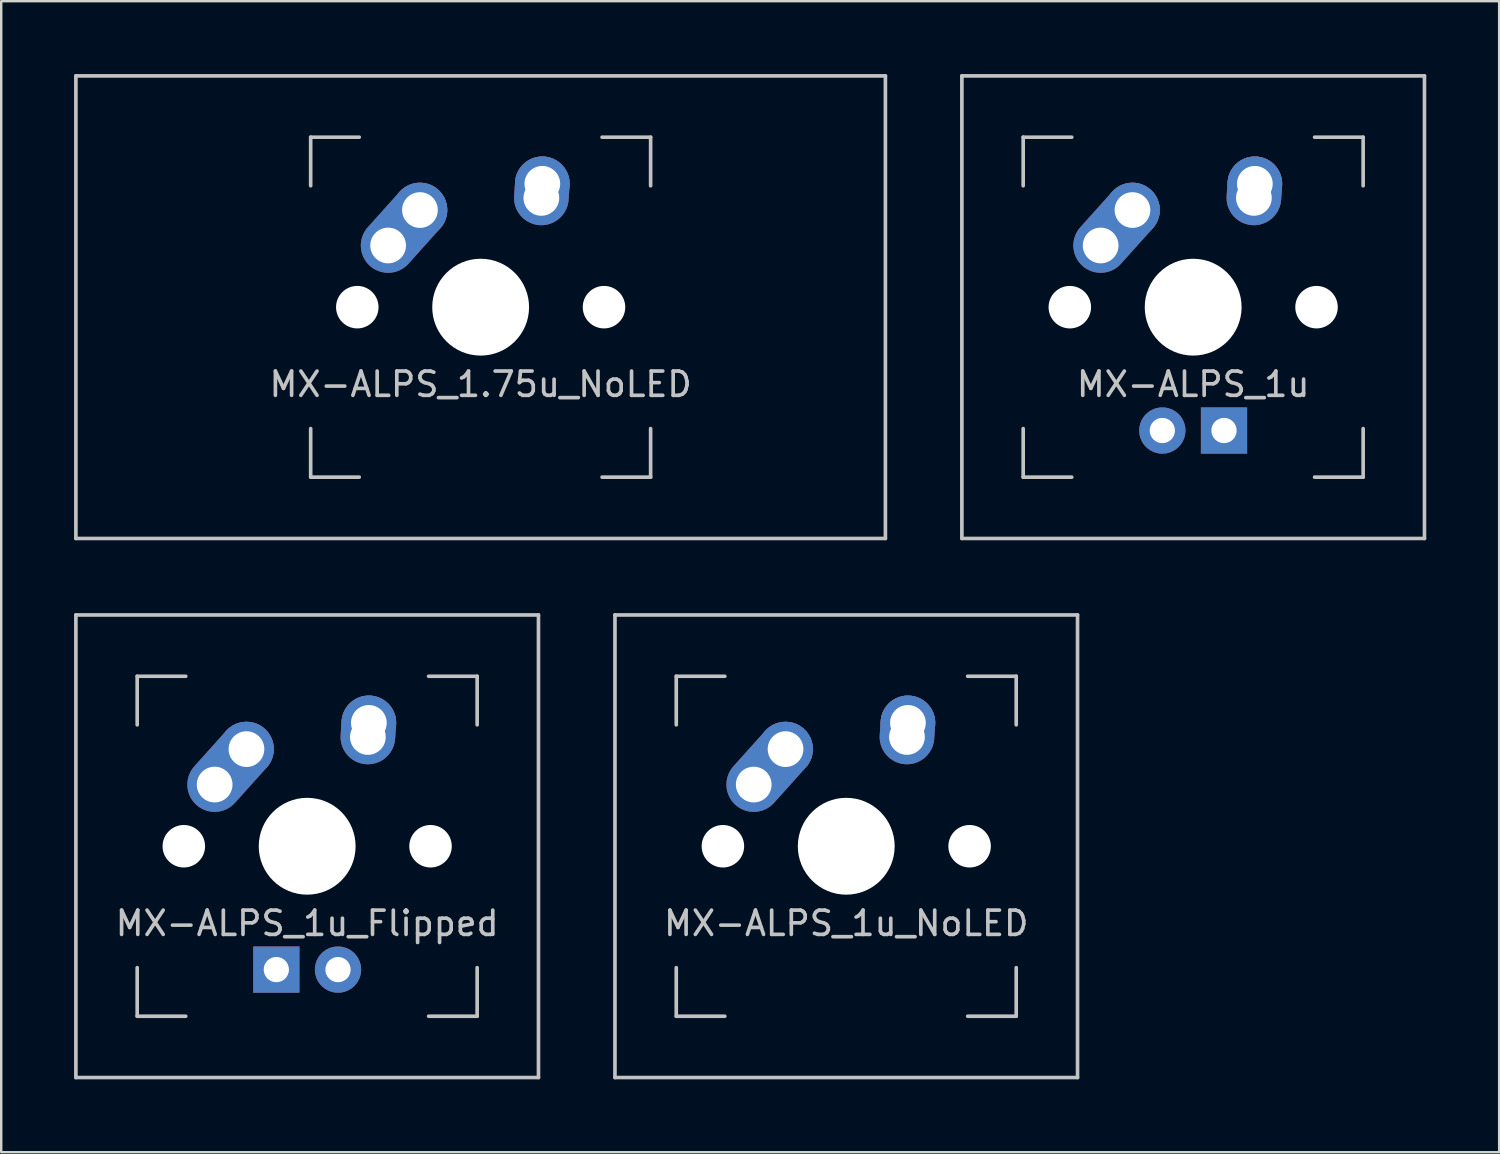
<source format=kicad_pcb>
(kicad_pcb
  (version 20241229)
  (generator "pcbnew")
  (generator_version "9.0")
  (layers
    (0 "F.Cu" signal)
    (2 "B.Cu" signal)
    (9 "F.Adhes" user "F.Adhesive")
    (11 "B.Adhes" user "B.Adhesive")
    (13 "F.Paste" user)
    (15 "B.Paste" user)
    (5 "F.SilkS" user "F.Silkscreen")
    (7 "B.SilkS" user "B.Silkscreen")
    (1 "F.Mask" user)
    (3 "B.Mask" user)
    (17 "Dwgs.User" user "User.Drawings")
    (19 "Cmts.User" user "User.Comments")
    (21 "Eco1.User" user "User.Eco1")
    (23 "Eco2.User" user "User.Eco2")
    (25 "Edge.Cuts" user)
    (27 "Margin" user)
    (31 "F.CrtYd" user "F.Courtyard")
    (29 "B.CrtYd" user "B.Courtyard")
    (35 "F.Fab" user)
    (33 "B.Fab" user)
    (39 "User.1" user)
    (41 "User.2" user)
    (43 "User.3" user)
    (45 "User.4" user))
  (footprint "MX-ALPS_1u"
    (layer "F.Cu")
    (at 46.087 9.6)
    (property "Reference" "MX-ALPS_1u" (at 0 3.175 0) (layer "Dwgs.User") (effects (font (size 1 1) (thickness 0.15))))
    (attr through_hole)
    (fp_line (start -9.525 -9.525) (end 9.525 -9.525) (stroke (width 0.15) (type solid)) (layer "Dwgs.User"))
    (fp_line (start -9.525 9.525) (end -9.525 -9.525) (stroke (width 0.15) (type solid)) (layer "Dwgs.User"))
    (fp_line (start -7 -7) (end -7 -5) (stroke (width 0.15) (type solid)) (layer "Dwgs.User"))
    (fp_line (start -7 5) (end -7 7) (stroke (width 0.15) (type solid)) (layer "Dwgs.User"))
    (fp_line (start -7 7) (end -5 7) (stroke (width 0.15) (type solid)) (layer "Dwgs.User"))
    (fp_line (start -5 -7) (end -7 -7) (stroke (width 0.15) (type solid)) (layer "Dwgs.User"))
    (fp_line (start 5 -7) (end 7 -7) (stroke (width 0.15) (type solid)) (layer "Dwgs.User"))
    (fp_line (start 5 7) (end 7 7) (stroke (width 0.15) (type solid)) (layer "Dwgs.User"))
    (fp_line (start 7 -7) (end 7 -5) (stroke (width 0.15) (type solid)) (layer "Dwgs.User"))
    (fp_line (start 7 7) (end 7 5) (stroke (width 0.15) (type solid)) (layer "Dwgs.User"))
    (fp_line (start 9.525 -9.525) (end 9.525 9.525) (stroke (width 0.15) (type solid)) (layer "Dwgs.User"))
    (fp_line (start 9.525 9.525) (end -9.525 9.525) (stroke (width 0.15) (type solid)) (layer "Dwgs.User"))
    (pad "" np_thru_hole circle (at -5.08 0 48.1) (size 1.75 1.75) (drill 1.75) (layers "*.Cu" "*.Mask"))
    (pad "" np_thru_hole circle (at 0 0) (size 3.988 3.988) (drill 3.988) (layers "*.Cu" "*.Mask"))
    (pad "" np_thru_hole circle (at 5.08 0 48.1) (size 1.75 1.75) (drill 1.75) (layers "*.Cu" "*.Mask"))
    (pad "1" thru_hole oval (at -3.81 -2.54 48.1) (size 4.212 2.25) (drill 1.47 (offset 0.981 0)) (layers "*.Cu" "B.Mask"))
    (pad "1" thru_hole circle (at -2.5 -4) (size 2.25 2.25) (drill 1.47) (layers "*.Cu" "B.Mask"))
    (pad "2" thru_hole oval (at 2.5 -4.5 86.055) (size 2.831 2.25) (drill 1.47 (offset 0.291 0)) (layers "*.Cu" "B.Mask"))
    (pad "2" thru_hole circle (at 2.54 -5.08) (size 2.25 2.25) (drill 1.47) (layers "*.Cu" "B.Mask"))
    (pad "3" thru_hole circle (at -1.27 5.08) (size 1.905 1.905) (drill 1.04) (layers "*.Cu" "B.Mask"))
    (pad "4" thru_hole rect (at 1.27 5.08) (size 1.905 1.905) (drill 1.04) (layers "*.Cu" "B.Mask")))
  (footprint "MX-ALPS_1.75u_NoLED"
    (layer "F.Cu")
    (at 16.744 9.6)
    (property "Reference" "MX-ALPS_1.75u_NoLED" (at 0 3.175 0) (layer "Dwgs.User") (effects (font (size 1 1) (thickness 0.15))))
    (attr through_hole)
    (fp_line (start -16.669 -9.525) (end 16.669 -9.525) (stroke (width 0.15) (type solid)) (layer "Dwgs.User"))
    (fp_line (start -16.669 9.525) (end -16.669 -9.525) (stroke (width 0.15) (type solid)) (layer "Dwgs.User"))
    (fp_line (start -7 -7) (end -7 -5) (stroke (width 0.15) (type solid)) (layer "Dwgs.User"))
    (fp_line (start -7 5) (end -7 7) (stroke (width 0.15) (type solid)) (layer "Dwgs.User"))
    (fp_line (start -7 7) (end -5 7) (stroke (width 0.15) (type solid)) (layer "Dwgs.User"))
    (fp_line (start -5 -7) (end -7 -7) (stroke (width 0.15) (type solid)) (layer "Dwgs.User"))
    (fp_line (start 5 -7) (end 7 -7) (stroke (width 0.15) (type solid)) (layer "Dwgs.User"))
    (fp_line (start 5 7) (end 7 7) (stroke (width 0.15) (type solid)) (layer "Dwgs.User"))
    (fp_line (start 7 -7) (end 7 -5) (stroke (width 0.15) (type solid)) (layer "Dwgs.User"))
    (fp_line (start 7 7) (end 7 5) (stroke (width 0.15) (type solid)) (layer "Dwgs.User"))
    (fp_line (start 16.669 -9.525) (end 16.669 9.525) (stroke (width 0.15) (type solid)) (layer "Dwgs.User"))
    (fp_line (start 16.669 9.525) (end -16.669 9.525) (stroke (width 0.15) (type solid)) (layer "Dwgs.User"))
    (pad "" np_thru_hole circle (at -5.08 0 48.1) (size 1.75 1.75) (drill 1.75) (layers "*.Cu" "*.Mask"))
    (pad "" np_thru_hole circle (at 0 0) (size 3.988 3.988) (drill 3.988) (layers "*.Cu" "*.Mask"))
    (pad "" np_thru_hole circle (at 5.08 0 48.1) (size 1.75 1.75) (drill 1.75) (layers "*.Cu" "*.Mask"))
    (pad "1" thru_hole oval (at -3.81 -2.54 48.1) (size 4.212 2.25) (drill 1.47 (offset 0.981 0)) (layers "*.Cu" "B.Mask"))
    (pad "1" thru_hole circle (at -2.5 -4) (size 2.25 2.25) (drill 1.47) (layers "*.Cu" "B.Mask"))
    (pad "2" thru_hole oval (at 2.5 -4.5 86.055) (size 2.831 2.25) (drill 1.47 (offset 0.291 0)) (layers "*.Cu" "B.Mask"))
    (pad "2" thru_hole circle (at 2.54 -5.08) (size 2.25 2.25) (drill 1.47) (layers "*.Cu" "B.Mask")))
  (footprint "MX-ALPS_1u_NoLED"
    (layer "F.Cu")
    (at 31.8 31.8)
    (property "Reference" "MX-ALPS_1u_NoLED" (at 0 3.175 0) (layer "Dwgs.User") (effects (font (size 1 1) (thickness 0.15))))
    (attr through_hole)
    (fp_line (start -9.525 -9.525) (end 9.525 -9.525) (stroke (width 0.15) (type solid)) (layer "Dwgs.User"))
    (fp_line (start -9.525 9.525) (end -9.525 -9.525) (stroke (width 0.15) (type solid)) (layer "Dwgs.User"))
    (fp_line (start -7 -7) (end -7 -5) (stroke (width 0.15) (type solid)) (layer "Dwgs.User"))
    (fp_line (start -7 5) (end -7 7) (stroke (width 0.15) (type solid)) (layer "Dwgs.User"))
    (fp_line (start -7 7) (end -5 7) (stroke (width 0.15) (type solid)) (layer "Dwgs.User"))
    (fp_line (start -5 -7) (end -7 -7) (stroke (width 0.15) (type solid)) (layer "Dwgs.User"))
    (fp_line (start 5 -7) (end 7 -7) (stroke (width 0.15) (type solid)) (layer "Dwgs.User"))
    (fp_line (start 5 7) (end 7 7) (stroke (width 0.15) (type solid)) (layer "Dwgs.User"))
    (fp_line (start 7 -7) (end 7 -5) (stroke (width 0.15) (type solid)) (layer "Dwgs.User"))
    (fp_line (start 7 7) (end 7 5) (stroke (width 0.15) (type solid)) (layer "Dwgs.User"))
    (fp_line (start 9.525 -9.525) (end 9.525 9.525) (stroke (width 0.15) (type solid)) (layer "Dwgs.User"))
    (fp_line (start 9.525 9.525) (end -9.525 9.525) (stroke (width 0.15) (type solid)) (layer "Dwgs.User"))
    (pad "" np_thru_hole circle (at -5.08 0 48.1) (size 1.75 1.75) (drill 1.75) (layers "*.Cu" "*.Mask"))
    (pad "" np_thru_hole circle (at 0 0) (size 3.988 3.988) (drill 3.988) (layers "*.Cu" "*.Mask"))
    (pad "" np_thru_hole circle (at 5.08 0 48.1) (size 1.75 1.75) (drill 1.75) (layers "*.Cu" "*.Mask"))
    (pad "1" thru_hole oval (at -3.81 -2.54 48.1) (size 4.212 2.25) (drill 1.47 (offset 0.981 0)) (layers "*.Cu" "B.Mask"))
    (pad "1" thru_hole circle (at -2.5 -4) (size 2.25 2.25) (drill 1.47) (layers "*.Cu" "B.Mask"))
    (pad "2" thru_hole oval (at 2.5 -4.5 86.055) (size 2.831 2.25) (drill 1.47 (offset 0.291 0)) (layers "*.Cu" "B.Mask"))
    (pad "2" thru_hole circle (at 2.54 -5.08) (size 2.25 2.25) (drill 1.47) (layers "*.Cu" "B.Mask")))
  (footprint "MX-ALPS_1u_Flipped"
    (layer "F.Cu")
    (at 9.6 31.8)
    (property "Reference" "MX-ALPS_1u_Flipped" (at 0 3.175 0) (layer "Dwgs.User") (effects (font (size 1 1) (thickness 0.15))))
    (attr through_hole)
    (fp_line (start -9.525 -9.525) (end 9.525 -9.525) (stroke (width 0.15) (type solid)) (layer "Dwgs.User"))
    (fp_line (start -9.525 9.525) (end -9.525 -9.525) (stroke (width 0.15) (type solid)) (layer "Dwgs.User"))
    (fp_line (start -7 -7) (end -7 -5) (stroke (width 0.15) (type solid)) (layer "Dwgs.User"))
    (fp_line (start -7 5) (end -7 7) (stroke (width 0.15) (type solid)) (layer "Dwgs.User"))
    (fp_line (start -7 7) (end -5 7) (stroke (width 0.15) (type solid)) (layer "Dwgs.User"))
    (fp_line (start -5 -7) (end -7 -7) (stroke (width 0.15) (type solid)) (layer "Dwgs.User"))
    (fp_line (start 5 -7) (end 7 -7) (stroke (width 0.15) (type solid)) (layer "Dwgs.User"))
    (fp_line (start 5 7) (end 7 7) (stroke (width 0.15) (type solid)) (layer "Dwgs.User"))
    (fp_line (start 7 -7) (end 7 -5) (stroke (width 0.15) (type solid)) (layer "Dwgs.User"))
    (fp_line (start 7 7) (end 7 5) (stroke (width 0.15) (type solid)) (layer "Dwgs.User"))
    (fp_line (start 9.525 -9.525) (end 9.525 9.525) (stroke (width 0.15) (type solid)) (layer "Dwgs.User"))
    (fp_line (start 9.525 9.525) (end -9.525 9.525) (stroke (width 0.15) (type solid)) (layer "Dwgs.User"))
    (pad "" np_thru_hole circle (at -5.08 0 48.1) (size 1.75 1.75) (drill 1.75) (layers "*.Cu" "*.Mask"))
    (pad "" np_thru_hole circle (at 0 0) (size 3.988 3.988) (drill 3.988) (layers "*.Cu" "*.Mask"))
    (pad "" np_thru_hole circle (at 5.08 0 48.1) (size 1.75 1.75) (drill 1.75) (layers "*.Cu" "*.Mask"))
    (pad "1" thru_hole oval (at -3.81 -2.54 48.1) (size 4.212 2.25) (drill 1.47 (offset 0.981 0)) (layers "*.Cu" "B.Mask"))
    (pad "1" thru_hole circle (at -2.5 -4) (size 2.25 2.25) (drill 1.47) (layers "*.Cu" "B.Mask"))
    (pad "2" thru_hole oval (at 2.5 -4.5 86.055) (size 2.831 2.25) (drill 1.47 (offset 0.291 0)) (layers "*.Cu" "B.Mask"))
    (pad "2" thru_hole circle (at 2.54 -5.08) (size 2.25 2.25) (drill 1.47) (layers "*.Cu" "B.Mask"))
    (pad "3" thru_hole circle (at 1.27 5.08) (size 1.905 1.905) (drill 1.04) (layers "*.Cu" "B.Mask"))
    (pad "4" thru_hole rect (at -1.27 5.08) (size 1.905 1.905) (drill 1.04) (layers "*.Cu" "B.Mask")))
  (gr_rect
    (start -3 -3)
    (end 58.688 44.4)
    (stroke (width 0.1) (type default))
    (fill no)
    (layer "Edge.Cuts")))
</source>
